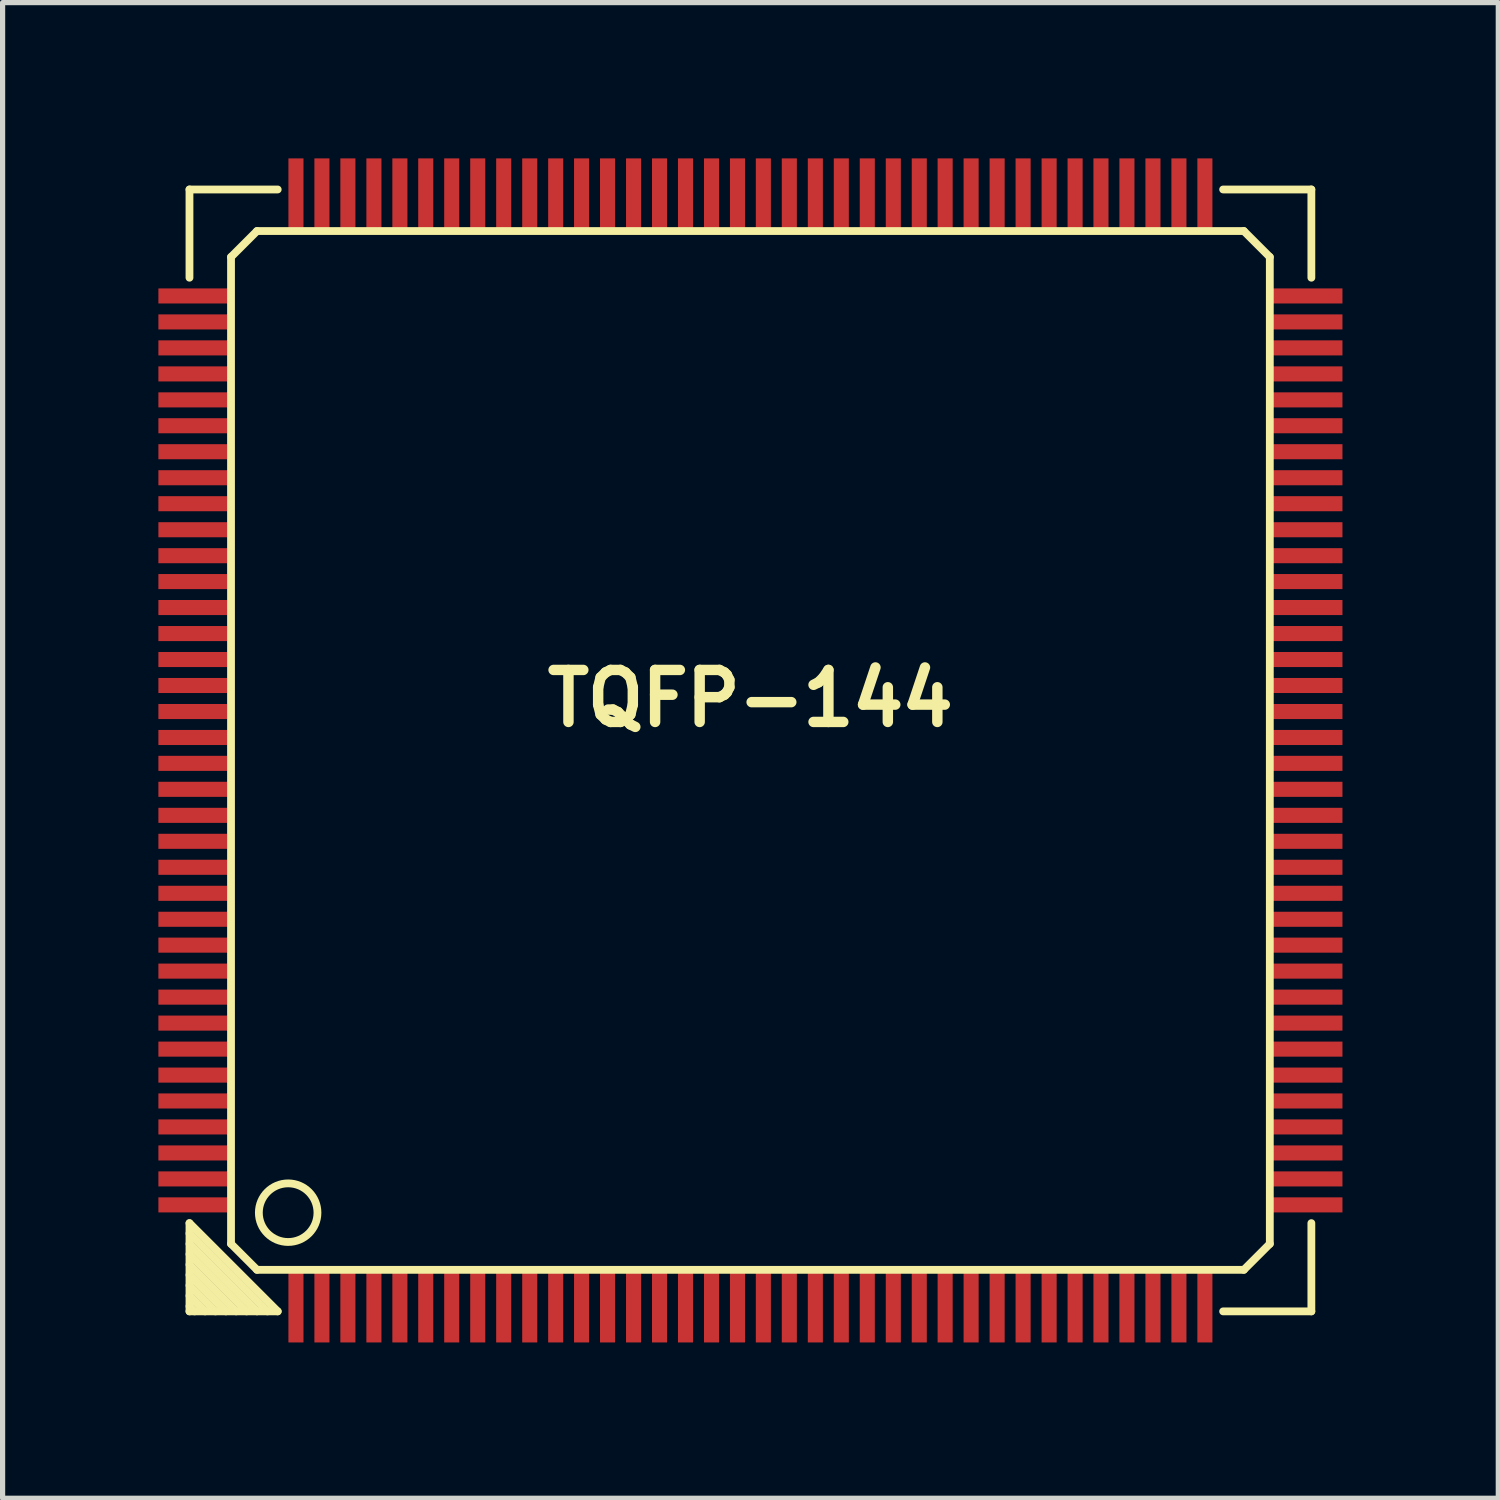
<source format=kicad_pcb>
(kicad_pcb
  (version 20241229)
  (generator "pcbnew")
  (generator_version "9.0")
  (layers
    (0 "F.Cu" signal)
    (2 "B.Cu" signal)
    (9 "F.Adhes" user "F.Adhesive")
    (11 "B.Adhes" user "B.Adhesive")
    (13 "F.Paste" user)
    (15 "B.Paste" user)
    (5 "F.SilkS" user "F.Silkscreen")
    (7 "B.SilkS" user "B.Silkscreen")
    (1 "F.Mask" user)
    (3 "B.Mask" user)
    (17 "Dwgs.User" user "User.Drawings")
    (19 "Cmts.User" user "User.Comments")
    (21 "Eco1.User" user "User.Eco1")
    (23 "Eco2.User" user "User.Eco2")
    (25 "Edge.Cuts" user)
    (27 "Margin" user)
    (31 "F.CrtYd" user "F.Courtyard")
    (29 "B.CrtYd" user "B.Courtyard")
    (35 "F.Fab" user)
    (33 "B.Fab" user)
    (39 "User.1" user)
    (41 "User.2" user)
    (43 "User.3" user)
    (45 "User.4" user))
  (footprint "TQFP-144"
    (layer "F.Cu")
    (at 11.398 11.398)
    (property "Reference" "TQFP-144" (at 0 -1.001 0) (layer "F.SilkS") (effects (font (size 1.001 1.001) (thickness 0.201))))
    (attr smd)
    (fp_line (start -10.8 -10.8) (end -9.101 -10.8) (stroke (width 0.15) (type solid)) (layer "F.SilkS"))
    (fp_line (start -10.8 -9.101) (end -10.8 -10.8) (stroke (width 0.15) (type solid)) (layer "F.SilkS"))
    (fp_line (start -10.8 9.101) (end -9.101 10.8) (stroke (width 0.15) (type solid)) (layer "F.SilkS"))
    (fp_line (start -10.8 9.5) (end -9.5 10.8) (stroke (width 0.15) (type solid)) (layer "F.SilkS"))
    (fp_line (start -10.8 9.901) (end -9.901 10.8) (stroke (width 0.15) (type solid)) (layer "F.SilkS"))
    (fp_line (start -10.8 10.3) (end -10.3 10.8) (stroke (width 0.15) (type solid)) (layer "F.SilkS"))
    (fp_line (start -10.8 10.701) (end -10.701 10.8) (stroke (width 0.15) (type solid)) (layer "F.SilkS"))
    (fp_line (start -10.8 10.8) (end -10.8 9.101) (stroke (width 0.15) (type solid)) (layer "F.SilkS"))
    (fp_line (start -10.5 10.8) (end -10.8 10.5) (stroke (width 0.15) (type solid)) (layer "F.SilkS"))
    (fp_line (start -10.099 10.8) (end -10.8 10.099) (stroke (width 0.15) (type solid)) (layer "F.SilkS"))
    (fp_line (start -10 -9.5) (end -9.5 -10) (stroke (width 0.15) (type solid)) (layer "F.SilkS"))
    (fp_line (start -10 9.5) (end -10 -9.5) (stroke (width 0.15) (type solid)) (layer "F.SilkS"))
    (fp_line (start -9.7 10.8) (end -10.8 9.7) (stroke (width 0.15) (type solid)) (layer "F.SilkS"))
    (fp_line (start -9.5 -10) (end 9.5 -10) (stroke (width 0.15) (type solid)) (layer "F.SilkS"))
    (fp_line (start -9.5 10) (end -10 9.5) (stroke (width 0.15) (type solid)) (layer "F.SilkS"))
    (fp_line (start -9.299 10.8) (end -10.8 9.299) (stroke (width 0.15) (type solid)) (layer "F.SilkS"))
    (fp_line (start -9.101 10.8) (end -10.8 10.8) (stroke (width 0.15) (type solid)) (layer "F.SilkS"))
    (fp_line (start 9.101 -10.8) (end 10.8 -10.8) (stroke (width 0.15) (type solid)) (layer "F.SilkS"))
    (fp_line (start 9.5 -10) (end 10 -9.5) (stroke (width 0.15) (type solid)) (layer "F.SilkS"))
    (fp_line (start 9.5 10) (end -9.5 10) (stroke (width 0.15) (type solid)) (layer "F.SilkS"))
    (fp_line (start 10 -9.5) (end 10 9.5) (stroke (width 0.15) (type solid)) (layer "F.SilkS"))
    (fp_line (start 10 9.5) (end 9.5 10) (stroke (width 0.15) (type solid)) (layer "F.SilkS"))
    (fp_line (start 10.8 -10.8) (end 10.8 -9.101) (stroke (width 0.15) (type solid)) (layer "F.SilkS"))
    (fp_line (start 10.8 9.101) (end 10.8 10.8) (stroke (width 0.15) (type solid)) (layer "F.SilkS"))
    (fp_line (start 10.8 10.8) (end 9.101 10.8) (stroke (width 0.15) (type solid)) (layer "F.SilkS"))
    (fp_circle (center -8.9 8.9) (end -9.299 9.299) (stroke (width 0.15) (type solid)) (fill no) (layer "F.SilkS"))
    (pad "1" smd rect (at -8.75 10.724) (size 0.29 1.349) (layers "F.Cu" "F.Mask" "F.Paste"))
    (pad "2" smd rect (at -8.25 10.724) (size 0.29 1.349) (layers "F.Cu" "F.Mask" "F.Paste"))
    (pad "3" smd rect (at -7.75 10.724) (size 0.29 1.349) (layers "F.Cu" "F.Mask" "F.Paste"))
    (pad "4" smd rect (at -7.249 10.724) (size 0.29 1.349) (layers "F.Cu" "F.Mask" "F.Paste"))
    (pad "5" smd rect (at -6.749 10.724) (size 0.29 1.349) (layers "F.Cu" "F.Mask" "F.Paste"))
    (pad "6" smd rect (at -6.251 10.724) (size 0.29 1.349) (layers "F.Cu" "F.Mask" "F.Paste"))
    (pad "7" smd rect (at -5.751 10.724) (size 0.29 1.349) (layers "F.Cu" "F.Mask" "F.Paste"))
    (pad "8" smd rect (at -5.25 10.724) (size 0.29 1.349) (layers "F.Cu" "F.Mask" "F.Paste"))
    (pad "9" smd rect (at -4.75 10.724) (size 0.29 1.349) (layers "F.Cu" "F.Mask" "F.Paste"))
    (pad "10" smd rect (at -4.249 10.724) (size 0.29 1.349) (layers "F.Cu" "F.Mask" "F.Paste"))
    (pad "11" smd rect (at -3.749 10.724) (size 0.29 1.349) (layers "F.Cu" "F.Mask" "F.Paste"))
    (pad "12" smd rect (at -3.251 10.724) (size 0.29 1.349) (layers "F.Cu" "F.Mask" "F.Paste"))
    (pad "13" smd rect (at -2.751 10.724) (size 0.29 1.349) (layers "F.Cu" "F.Mask" "F.Paste"))
    (pad "14" smd rect (at -2.25 10.724) (size 0.29 1.349) (layers "F.Cu" "F.Mask" "F.Paste"))
    (pad "15" smd rect (at -1.75 10.724) (size 0.29 1.349) (layers "F.Cu" "F.Mask" "F.Paste"))
    (pad "16" smd rect (at -1.25 10.724) (size 0.29 1.349) (layers "F.Cu" "F.Mask" "F.Paste"))
    (pad "17" smd rect (at -0.749 10.724) (size 0.29 1.349) (layers "F.Cu" "F.Mask" "F.Paste"))
    (pad "18" smd rect (at -0.249 10.724) (size 0.29 1.349) (layers "F.Cu" "F.Mask" "F.Paste"))
    (pad "19" smd rect (at 0.249 10.724) (size 0.29 1.349) (layers "F.Cu" "F.Mask" "F.Paste"))
    (pad "20" smd rect (at 0.749 10.724) (size 0.29 1.349) (layers "F.Cu" "F.Mask" "F.Paste"))
    (pad "21" smd rect (at 1.25 10.724) (size 0.29 1.349) (layers "F.Cu" "F.Mask" "F.Paste"))
    (pad "22" smd rect (at 1.75 10.724) (size 0.29 1.349) (layers "F.Cu" "F.Mask" "F.Paste"))
    (pad "23" smd rect (at 2.25 10.724) (size 0.29 1.349) (layers "F.Cu" "F.Mask" "F.Paste"))
    (pad "24" smd rect (at 2.751 10.724) (size 0.29 1.349) (layers "F.Cu" "F.Mask" "F.Paste"))
    (pad "25" smd rect (at 3.251 10.724) (size 0.29 1.349) (layers "F.Cu" "F.Mask" "F.Paste"))
    (pad "26" smd rect (at 3.749 10.724) (size 0.29 1.349) (layers "F.Cu" "F.Mask" "F.Paste"))
    (pad "27" smd rect (at 4.249 10.724) (size 0.29 1.349) (layers "F.Cu" "F.Mask" "F.Paste"))
    (pad "28" smd rect (at 4.75 10.724) (size 0.29 1.349) (layers "F.Cu" "F.Mask" "F.Paste"))
    (pad "29" smd rect (at 5.25 10.724) (size 0.29 1.349) (layers "F.Cu" "F.Mask" "F.Paste"))
    (pad "30" smd rect (at 5.751 10.724) (size 0.29 1.349) (layers "F.Cu" "F.Mask" "F.Paste"))
    (pad "31" smd rect (at 6.251 10.724) (size 0.29 1.349) (layers "F.Cu" "F.Mask" "F.Paste"))
    (pad "32" smd rect (at 6.749 10.724) (size 0.29 1.349) (layers "F.Cu" "F.Mask" "F.Paste"))
    (pad "33" smd rect (at 7.249 10.724) (size 0.29 1.349) (layers "F.Cu" "F.Mask" "F.Paste"))
    (pad "34" smd rect (at 7.75 10.724) (size 0.29 1.349) (layers "F.Cu" "F.Mask" "F.Paste"))
    (pad "35" smd rect (at 8.25 10.724) (size 0.29 1.349) (layers "F.Cu" "F.Mask" "F.Paste"))
    (pad "36" smd rect (at 8.75 10.724) (size 0.29 1.349) (layers "F.Cu" "F.Mask" "F.Paste"))
    (pad "37" smd rect (at 10.724 8.75) (size 1.349 0.29) (layers "F.Cu" "F.Mask" "F.Paste"))
    (pad "38" smd rect (at 10.724 8.25) (size 1.349 0.29) (layers "F.Cu" "F.Mask" "F.Paste"))
    (pad "39" smd rect (at 10.724 7.75) (size 1.349 0.29) (layers "F.Cu" "F.Mask" "F.Paste"))
    (pad "40" smd rect (at 10.724 7.249) (size 1.349 0.29) (layers "F.Cu" "F.Mask" "F.Paste"))
    (pad "41" smd rect (at 10.724 6.749) (size 1.349 0.29) (layers "F.Cu" "F.Mask" "F.Paste"))
    (pad "42" smd rect (at 10.724 6.251) (size 1.349 0.29) (layers "F.Cu" "F.Mask" "F.Paste"))
    (pad "43" smd rect (at 10.724 5.751) (size 1.349 0.29) (layers "F.Cu" "F.Mask" "F.Paste"))
    (pad "44" smd rect (at 10.724 5.25) (size 1.349 0.29) (layers "F.Cu" "F.Mask" "F.Paste"))
    (pad "45" smd rect (at 10.724 4.75) (size 1.349 0.29) (layers "F.Cu" "F.Mask" "F.Paste"))
    (pad "46" smd rect (at 10.724 4.249) (size 1.349 0.29) (layers "F.Cu" "F.Mask" "F.Paste"))
    (pad "47" smd rect (at 10.724 3.749) (size 1.349 0.29) (layers "F.Cu" "F.Mask" "F.Paste"))
    (pad "48" smd rect (at 10.724 3.251) (size 1.349 0.29) (layers "F.Cu" "F.Mask" "F.Paste"))
    (pad "49" smd rect (at 10.724 2.751) (size 1.349 0.29) (layers "F.Cu" "F.Mask" "F.Paste"))
    (pad "50" smd rect (at 10.724 2.25) (size 1.349 0.29) (layers "F.Cu" "F.Mask" "F.Paste"))
    (pad "51" smd rect (at 10.724 1.75) (size 1.349 0.29) (layers "F.Cu" "F.Mask" "F.Paste"))
    (pad "52" smd rect (at 10.724 1.25) (size 1.349 0.29) (layers "F.Cu" "F.Mask" "F.Paste"))
    (pad "53" smd rect (at 10.724 0.749) (size 1.349 0.29) (layers "F.Cu" "F.Mask" "F.Paste"))
    (pad "54" smd rect (at 10.724 0.249) (size 1.349 0.29) (layers "F.Cu" "F.Mask" "F.Paste"))
    (pad "55" smd rect (at 10.724 -0.249) (size 1.349 0.29) (layers "F.Cu" "F.Mask" "F.Paste"))
    (pad "56" smd rect (at 10.724 -0.749) (size 1.349 0.29) (layers "F.Cu" "F.Mask" "F.Paste"))
    (pad "57" smd rect (at 10.724 -1.25) (size 1.349 0.29) (layers "F.Cu" "F.Mask" "F.Paste"))
    (pad "58" smd rect (at 10.724 -1.75) (size 1.349 0.29) (layers "F.Cu" "F.Mask" "F.Paste"))
    (pad "59" smd rect (at 10.724 -2.25) (size 1.349 0.29) (layers "F.Cu" "F.Mask" "F.Paste"))
    (pad "60" smd rect (at 10.724 -2.751) (size 1.349 0.29) (layers "F.Cu" "F.Mask" "F.Paste"))
    (pad "61" smd rect (at 10.724 -3.251) (size 1.349 0.29) (layers "F.Cu" "F.Mask" "F.Paste"))
    (pad "62" smd rect (at 10.724 -3.749) (size 1.349 0.29) (layers "F.Cu" "F.Mask" "F.Paste"))
    (pad "63" smd rect (at 10.724 -4.249) (size 1.349 0.29) (layers "F.Cu" "F.Mask" "F.Paste"))
    (pad "64" smd rect (at 10.724 -4.75) (size 1.349 0.29) (layers "F.Cu" "F.Mask" "F.Paste"))
    (pad "65" smd rect (at 10.724 -5.25) (size 1.349 0.29) (layers "F.Cu" "F.Mask" "F.Paste"))
    (pad "66" smd rect (at 10.724 -5.751) (size 1.349 0.29) (layers "F.Cu" "F.Mask" "F.Paste"))
    (pad "67" smd rect (at 10.724 -6.251) (size 1.349 0.29) (layers "F.Cu" "F.Mask" "F.Paste"))
    (pad "68" smd rect (at 10.724 -6.749) (size 1.349 0.29) (layers "F.Cu" "F.Mask" "F.Paste"))
    (pad "69" smd rect (at 10.724 -7.249) (size 1.349 0.29) (layers "F.Cu" "F.Mask" "F.Paste"))
    (pad "70" smd rect (at 10.724 -7.75) (size 1.349 0.29) (layers "F.Cu" "F.Mask" "F.Paste"))
    (pad "71" smd rect (at 10.724 -8.25) (size 1.349 0.29) (layers "F.Cu" "F.Mask" "F.Paste"))
    (pad "72" smd rect (at 10.724 -8.75) (size 1.349 0.29) (layers "F.Cu" "F.Mask" "F.Paste"))
    (pad "73" smd rect (at 8.75 -10.724) (size 0.29 1.349) (layers "F.Cu" "F.Mask" "F.Paste"))
    (pad "74" smd rect (at 8.25 -10.724) (size 0.29 1.349) (layers "F.Cu" "F.Mask" "F.Paste"))
    (pad "75" smd rect (at 7.75 -10.724) (size 0.29 1.349) (layers "F.Cu" "F.Mask" "F.Paste"))
    (pad "76" smd rect (at 7.249 -10.724) (size 0.29 1.349) (layers "F.Cu" "F.Mask" "F.Paste"))
    (pad "77" smd rect (at 6.749 -10.724) (size 0.29 1.349) (layers "F.Cu" "F.Mask" "F.Paste"))
    (pad "78" smd rect (at 6.251 -10.724) (size 0.29 1.349) (layers "F.Cu" "F.Mask" "F.Paste"))
    (pad "79" smd rect (at 5.751 -10.724) (size 0.29 1.349) (layers "F.Cu" "F.Mask" "F.Paste"))
    (pad "80" smd rect (at 5.25 -10.724) (size 0.29 1.349) (layers "F.Cu" "F.Mask" "F.Paste"))
    (pad "81" smd rect (at 4.75 -10.724) (size 0.29 1.349) (layers "F.Cu" "F.Mask" "F.Paste"))
    (pad "82" smd rect (at 4.249 -10.724) (size 0.29 1.349) (layers "F.Cu" "F.Mask" "F.Paste"))
    (pad "83" smd rect (at 3.749 -10.724) (size 0.29 1.349) (layers "F.Cu" "F.Mask" "F.Paste"))
    (pad "84" smd rect (at 3.251 -10.724) (size 0.29 1.349) (layers "F.Cu" "F.Mask" "F.Paste"))
    (pad "85" smd rect (at 2.751 -10.724) (size 0.29 1.349) (layers "F.Cu" "F.Mask" "F.Paste"))
    (pad "86" smd rect (at 2.25 -10.724) (size 0.29 1.349) (layers "F.Cu" "F.Mask" "F.Paste"))
    (pad "87" smd rect (at 1.75 -10.724) (size 0.29 1.349) (layers "F.Cu" "F.Mask" "F.Paste"))
    (pad "88" smd rect (at 1.25 -10.724) (size 0.29 1.349) (layers "F.Cu" "F.Mask" "F.Paste"))
    (pad "89" smd rect (at 0.749 -10.724) (size 0.29 1.349) (layers "F.Cu" "F.Mask" "F.Paste"))
    (pad "90" smd rect (at 0.249 -10.724) (size 0.29 1.349) (layers "F.Cu" "F.Mask" "F.Paste"))
    (pad "91" smd rect (at -0.249 -10.724) (size 0.29 1.349) (layers "F.Cu" "F.Mask" "F.Paste"))
    (pad "92" smd rect (at -0.749 -10.724) (size 0.29 1.349) (layers "F.Cu" "F.Mask" "F.Paste"))
    (pad "93" smd rect (at -1.25 -10.724) (size 0.29 1.349) (layers "F.Cu" "F.Mask" "F.Paste"))
    (pad "94" smd rect (at -1.75 -10.724) (size 0.29 1.349) (layers "F.Cu" "F.Mask" "F.Paste"))
    (pad "95" smd rect (at -2.25 -10.724) (size 0.29 1.349) (layers "F.Cu" "F.Mask" "F.Paste"))
    (pad "96" smd rect (at -2.751 -10.724) (size 0.29 1.349) (layers "F.Cu" "F.Mask" "F.Paste"))
    (pad "97" smd rect (at -3.251 -10.724) (size 0.29 1.349) (layers "F.Cu" "F.Mask" "F.Paste"))
    (pad "98" smd rect (at -3.749 -10.724) (size 0.29 1.349) (layers "F.Cu" "F.Mask" "F.Paste"))
    (pad "99" smd rect (at -4.249 -10.724) (size 0.29 1.349) (layers "F.Cu" "F.Mask" "F.Paste"))
    (pad "100" smd rect (at -4.75 -10.724) (size 0.29 1.349) (layers "F.Cu" "F.Mask" "F.Paste"))
    (pad "101" smd rect (at -5.25 -10.724) (size 0.29 1.349) (layers "F.Cu" "F.Mask" "F.Paste"))
    (pad "102" smd rect (at -5.751 -10.724) (size 0.29 1.349) (layers "F.Cu" "F.Mask" "F.Paste"))
    (pad "103" smd rect (at -6.251 -10.724) (size 0.29 1.349) (layers "F.Cu" "F.Mask" "F.Paste"))
    (pad "104" smd rect (at -6.749 -10.724) (size 0.29 1.349) (layers "F.Cu" "F.Mask" "F.Paste"))
    (pad "105" smd rect (at -7.249 -10.724) (size 0.29 1.349) (layers "F.Cu" "F.Mask" "F.Paste"))
    (pad "106" smd rect (at -7.75 -10.724) (size 0.29 1.349) (layers "F.Cu" "F.Mask" "F.Paste"))
    (pad "107" smd rect (at -8.25 -10.724) (size 0.29 1.349) (layers "F.Cu" "F.Mask" "F.Paste"))
    (pad "108" smd rect (at -8.75 -10.724) (size 0.29 1.349) (layers "F.Cu" "F.Mask" "F.Paste"))
    (pad "109" smd rect (at -10.724 -8.75) (size 1.349 0.29) (layers "F.Cu" "F.Mask" "F.Paste"))
    (pad "110" smd rect (at -10.724 -8.25) (size 1.349 0.29) (layers "F.Cu" "F.Mask" "F.Paste"))
    (pad "111" smd rect (at -10.724 -7.75) (size 1.349 0.29) (layers "F.Cu" "F.Mask" "F.Paste"))
    (pad "112" smd rect (at -10.724 -7.249) (size 1.349 0.29) (layers "F.Cu" "F.Mask" "F.Paste"))
    (pad "113" smd rect (at -10.724 -6.749) (size 1.349 0.29) (layers "F.Cu" "F.Mask" "F.Paste"))
    (pad "114" smd rect (at -10.724 -6.251) (size 1.349 0.29) (layers "F.Cu" "F.Mask" "F.Paste"))
    (pad "115" smd rect (at -10.724 -5.751) (size 1.349 0.29) (layers "F.Cu" "F.Mask" "F.Paste"))
    (pad "116" smd rect (at -10.724 -5.25) (size 1.349 0.29) (layers "F.Cu" "F.Mask" "F.Paste"))
    (pad "117" smd rect (at -10.724 -4.75) (size 1.349 0.29) (layers "F.Cu" "F.Mask" "F.Paste"))
    (pad "118" smd rect (at -10.724 -4.249) (size 1.349 0.29) (layers "F.Cu" "F.Mask" "F.Paste"))
    (pad "119" smd rect (at -10.724 -3.749) (size 1.349 0.29) (layers "F.Cu" "F.Mask" "F.Paste"))
    (pad "120" smd rect (at -10.724 -3.251) (size 1.349 0.29) (layers "F.Cu" "F.Mask" "F.Paste"))
    (pad "121" smd rect (at -10.724 -2.751) (size 1.349 0.29) (layers "F.Cu" "F.Mask" "F.Paste"))
    (pad "122" smd rect (at -10.724 -2.25) (size 1.349 0.29) (layers "F.Cu" "F.Mask" "F.Paste"))
    (pad "123" smd rect (at -10.724 -1.75) (size 1.349 0.29) (layers "F.Cu" "F.Mask" "F.Paste"))
    (pad "124" smd rect (at -10.724 -1.25) (size 1.349 0.29) (layers "F.Cu" "F.Mask" "F.Paste"))
    (pad "125" smd rect (at -10.724 -0.749) (size 1.349 0.29) (layers "F.Cu" "F.Mask" "F.Paste"))
    (pad "126" smd rect (at -10.724 -0.249) (size 1.349 0.29) (layers "F.Cu" "F.Mask" "F.Paste"))
    (pad "127" smd rect (at -10.724 0.249) (size 1.349 0.29) (layers "F.Cu" "F.Mask" "F.Paste"))
    (pad "128" smd rect (at -10.724 0.749) (size 1.349 0.29) (layers "F.Cu" "F.Mask" "F.Paste"))
    (pad "129" smd rect (at -10.724 1.25) (size 1.349 0.29) (layers "F.Cu" "F.Mask" "F.Paste"))
    (pad "130" smd rect (at -10.724 1.75) (size 1.349 0.29) (layers "F.Cu" "F.Mask" "F.Paste"))
    (pad "131" smd rect (at -10.724 2.25) (size 1.349 0.29) (layers "F.Cu" "F.Mask" "F.Paste"))
    (pad "132" smd rect (at -10.724 2.751) (size 1.349 0.29) (layers "F.Cu" "F.Mask" "F.Paste"))
    (pad "133" smd rect (at -10.724 3.251) (size 1.349 0.29) (layers "F.Cu" "F.Mask" "F.Paste"))
    (pad "134" smd rect (at -10.724 3.749) (size 1.349 0.29) (layers "F.Cu" "F.Mask" "F.Paste"))
    (pad "135" smd rect (at -10.724 4.249) (size 1.349 0.29) (layers "F.Cu" "F.Mask" "F.Paste"))
    (pad "136" smd rect (at -10.724 4.75) (size 1.349 0.29) (layers "F.Cu" "F.Mask" "F.Paste"))
    (pad "137" smd rect (at -10.724 5.25) (size 1.349 0.29) (layers "F.Cu" "F.Mask" "F.Paste"))
    (pad "138" smd rect (at -10.724 5.751) (size 1.349 0.29) (layers "F.Cu" "F.Mask" "F.Paste"))
    (pad "139" smd rect (at -10.724 6.251) (size 1.349 0.29) (layers "F.Cu" "F.Mask" "F.Paste"))
    (pad "140" smd rect (at -10.724 6.749) (size 1.349 0.29) (layers "F.Cu" "F.Mask" "F.Paste"))
    (pad "141" smd rect (at -10.724 7.249) (size 1.349 0.29) (layers "F.Cu" "F.Mask" "F.Paste"))
    (pad "142" smd rect (at -10.724 7.75) (size 1.349 0.29) (layers "F.Cu" "F.Mask" "F.Paste"))
    (pad "143" smd rect (at -10.724 8.25) (size 1.349 0.29) (layers "F.Cu" "F.Mask" "F.Paste"))
    (pad "144" smd rect (at -10.724 8.75) (size 1.349 0.29) (layers "F.Cu" "F.Mask" "F.Paste")))
  (gr_rect
    (start -3 -3)
    (end 25.797 25.797)
    (stroke (width 0.1) (type default))
    (fill no)
    (layer "Edge.Cuts")))
</source>
